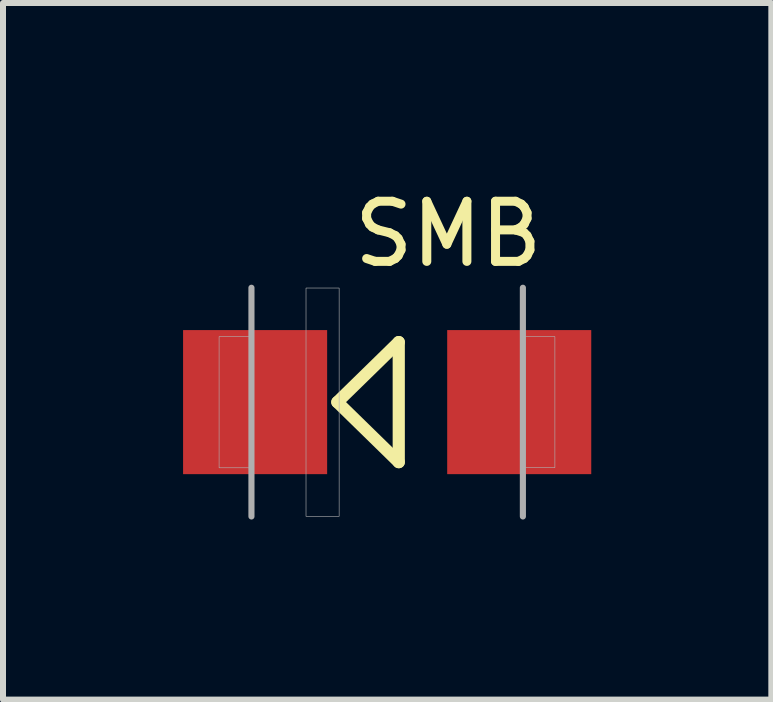
<source format=kicad_pcb>
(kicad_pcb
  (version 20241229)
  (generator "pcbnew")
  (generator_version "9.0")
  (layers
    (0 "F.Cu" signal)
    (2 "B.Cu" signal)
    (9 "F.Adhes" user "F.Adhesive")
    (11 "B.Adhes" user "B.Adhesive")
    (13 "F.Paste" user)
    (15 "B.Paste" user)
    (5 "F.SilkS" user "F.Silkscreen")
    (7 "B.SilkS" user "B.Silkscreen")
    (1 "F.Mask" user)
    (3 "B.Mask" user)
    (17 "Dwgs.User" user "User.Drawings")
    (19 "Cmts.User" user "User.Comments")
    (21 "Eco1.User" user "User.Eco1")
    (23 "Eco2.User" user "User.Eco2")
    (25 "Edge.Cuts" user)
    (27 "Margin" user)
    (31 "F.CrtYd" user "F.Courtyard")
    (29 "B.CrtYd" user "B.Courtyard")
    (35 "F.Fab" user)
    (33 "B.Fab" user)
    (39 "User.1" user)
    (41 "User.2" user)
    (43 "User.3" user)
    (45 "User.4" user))
  (footprint "SMB"
    (layer "F.Cu")
    (at 3.4 3.649)
    (property "Reference" "SMB" (at 1.018 -2.8 0) (layer "F.SilkS") (effects (font (size 1.002 1.002) (thickness 0.15))))
    (attr smd)
    (fp_line (start -0.83 0) (end 0.193 1) (stroke (width 0.203) (type solid)) (layer "F.SilkS"))
    (fp_line (start 0.193 -1) (end -0.83 0) (stroke (width 0.203) (type solid)) (layer "F.SilkS"))
    (fp_line (start 0.193 1) (end 0.193 -1) (stroke (width 0.203) (type solid)) (layer "F.SilkS"))
    (fp_line (start -2.261 1.905) (end -2.261 -1.905) (stroke (width 0.102) (type solid)) (layer "F.Fab"))
    (fp_line (start 2.261 1.905) (end 2.261 -1.905) (stroke (width 0.102) (type solid)) (layer "F.Fab"))
    (fp_poly (pts (xy -2.8 -1.092) (xy -2.261 -1.092) (xy -2.261 1.094) (xy -2.8 1.094)) (stroke (width 0.01) (type solid)) (fill no) (layer "F.Fab"))
    (fp_poly (pts (xy -1.352 -1.9) (xy -0.8 -1.9) (xy -0.8 1.903) (xy -1.352 1.903)) (stroke (width 0.01) (type solid)) (fill no) (layer "F.Fab"))
    (fp_poly (pts (xy 2.261 -1.092) (xy 2.794 -1.092) (xy 2.794 1.092) (xy 2.261 1.092)) (stroke (width 0.01) (type solid)) (fill no) (layer "F.Fab"))
    (pad "A" smd rect (at 2.2 0) (size 2.4 2.4) (layers "F.Cu" "F.Mask" "F.Paste"))
    (pad "C" smd rect (at -2.2 0) (size 2.4 2.4) (layers "F.Cu" "F.Mask" "F.Paste")))
  (gr_rect
    (start -3 -3)
    (end 9.8 8.605)
    (stroke (width 0.1) (type default))
    (fill no)
    (layer "Edge.Cuts")))
</source>
